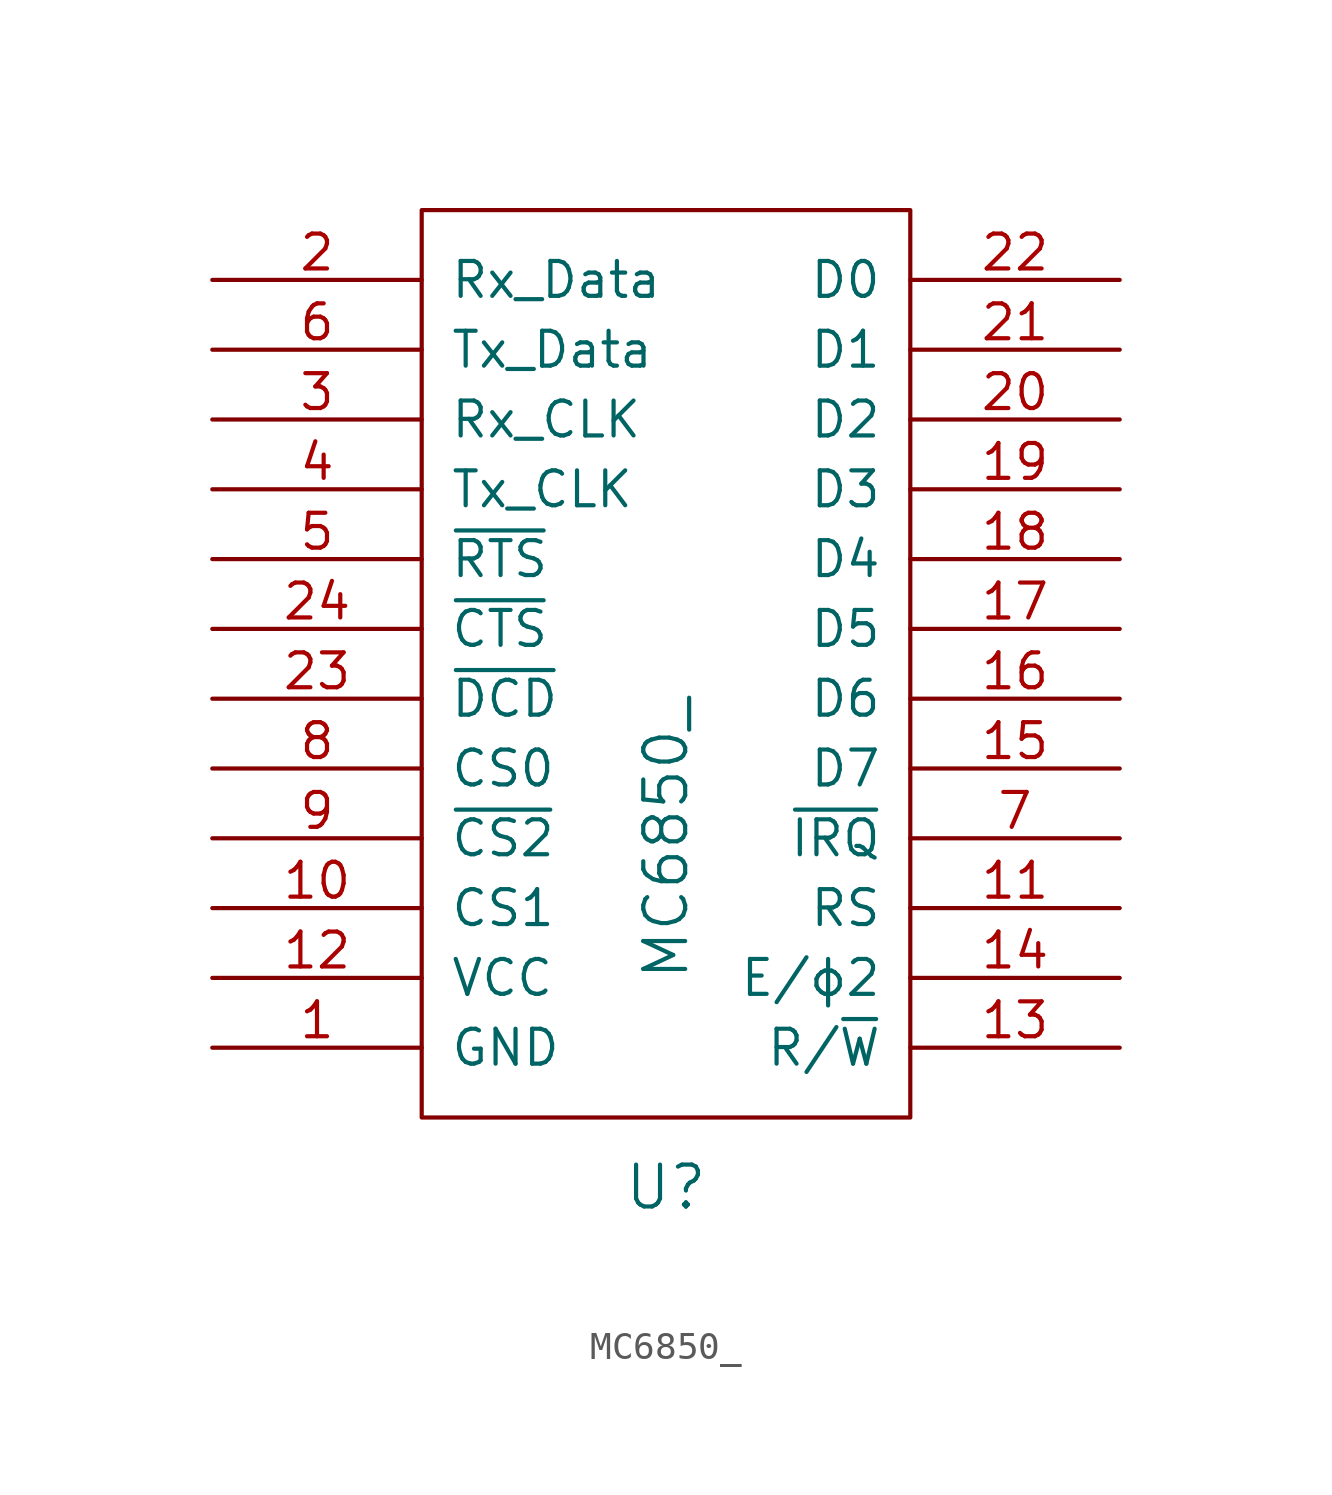
<source format=kicad_sym>
(kicad_symbol_lib
  (version 20211014)
  (generator kicad_symbol_editor)
  (symbol "MC6850_"
    (pin_names
      (offset 1.016))
    (property "Reference" "U"
      (at 0 -19.05 0)
      (effects (font (size 1.524 1.524))))
    (property "Value" "MC6850_"
      (at 0 -6.35 90)
      (effects (font (size 1.524 1.524))))
    (property "Footprint" ""
      (at 0 -16.51 0)
      (effects (font (size 1.524 1.524))))
    (property "Datasheet" ""
      (at 0 -16.51 0)
      (effects (font (size 1.524 1.524))))
    (symbol "MC6850__0_1"
      (rectangle (start -8.89 16.51) (end 8.89 -16.51) (stroke (width 0) (type default) (color 0 0 0 0)) (fill (type none))))
    (symbol "MC6850__1_1"
      (pin power_in line (at -16.51 -13.97 0) (length 7.62) (name "GND" (effects (font (size 1.27 1.27)))) (number "1" (effects (font (size 1.27 1.27)))))
      (pin input line (at -16.51 -8.89 0) (length 7.62) (name "CS1" (effects (font (size 1.27 1.27)))) (number "10" (effects (font (size 1.27 1.27)))))
      (pin input line (at 16.51 -8.89 180) (length 7.62) (name "RS" (effects (font (size 1.27 1.27)))) (number "11" (effects (font (size 1.27 1.27)))))
      (pin power_in line (at -16.51 -11.43 0) (length 7.62) (name "VCC" (effects (font (size 1.27 1.27)))) (number "12" (effects (font (size 1.27 1.27)))))
      (pin input line (at 16.51 -13.97 180) (length 7.62) (name "R/~{W}" (effects (font (size 1.27 1.27)))) (number "13" (effects (font (size 1.27 1.27)))))
      (pin input line (at 16.51 -11.43 180) (length 7.62) (name "E/ϕ2" (effects (font (size 1.27 1.27)))) (number "14" (effects (font (size 1.27 1.27)))))
      (pin bidirectional line (at 16.51 -3.81 180) (length 7.62) (name "D7" (effects (font (size 1.27 1.27)))) (number "15" (effects (font (size 1.27 1.27)))))
      (pin bidirectional line (at 16.51 -1.27 180) (length 7.62) (name "D6" (effects (font (size 1.27 1.27)))) (number "16" (effects (font (size 1.27 1.27)))))
      (pin bidirectional line (at 16.51 1.27 180) (length 7.62) (name "D5" (effects (font (size 1.27 1.27)))) (number "17" (effects (font (size 1.27 1.27)))))
      (pin bidirectional line (at 16.51 3.81 180) (length 7.62) (name "D4" (effects (font (size 1.27 1.27)))) (number "18" (effects (font (size 1.27 1.27)))))
      (pin bidirectional line (at 16.51 6.35 180) (length 7.62) (name "D3" (effects (font (size 1.27 1.27)))) (number "19" (effects (font (size 1.27 1.27)))))
      (pin input line (at -16.51 13.97 0) (length 7.62) (name "Rx_Data" (effects (font (size 1.27 1.27)))) (number "2" (effects (font (size 1.27 1.27)))))
      (pin bidirectional line (at 16.51 8.89 180) (length 7.62) (name "D2" (effects (font (size 1.27 1.27)))) (number "20" (effects (font (size 1.27 1.27)))))
      (pin bidirectional line (at 16.51 11.43 180) (length 7.62) (name "D1" (effects (font (size 1.27 1.27)))) (number "21" (effects (font (size 1.27 1.27)))))
      (pin bidirectional line (at 16.51 13.97 180) (length 7.62) (name "D0" (effects (font (size 1.27 1.27)))) (number "22" (effects (font (size 1.27 1.27)))))
      (pin bidirectional line (at -16.51 -1.27 0) (length 7.62) (name "~{DCD}" (effects (font (size 1.27 1.27)))) (number "23" (effects (font (size 1.27 1.27)))))
      (pin bidirectional line (at -16.51 1.27 0) (length 7.62) (name "~{CTS}" (effects (font (size 1.27 1.27)))) (number "24" (effects (font (size 1.27 1.27)))))
      (pin input line (at -16.51 8.89 0) (length 7.62) (name "Rx_CLK" (effects (font (size 1.27 1.27)))) (number "3" (effects (font (size 1.27 1.27)))))
      (pin input line (at -16.51 6.35 0) (length 7.62) (name "Tx_CLK" (effects (font (size 1.27 1.27)))) (number "4" (effects (font (size 1.27 1.27)))))
      (pin input line (at -16.51 3.81 0) (length 7.62) (name "~{RTS}" (effects (font (size 1.27 1.27)))) (number "5" (effects (font (size 1.27 1.27)))))
      (pin output line (at -16.51 11.43 0) (length 7.62) (name "Tx_Data" (effects (font (size 1.27 1.27)))) (number "6" (effects (font (size 1.27 1.27)))))
      (pin output line (at 16.51 -6.35 180) (length 7.62) (name "~{IRQ}" (effects (font (size 1.27 1.27)))) (number "7" (effects (font (size 1.27 1.27)))))
      (pin input line (at -16.51 -3.81 0) (length 7.62) (name "CS0" (effects (font (size 1.27 1.27)))) (number "8" (effects (font (size 1.27 1.27)))))
      (pin input line (at -16.51 -6.35 0) (length 7.62) (name "~{CS2}" (effects (font (size 1.27 1.27)))) (number "9" (effects (font (size 1.27 1.27))))))))
</source>
